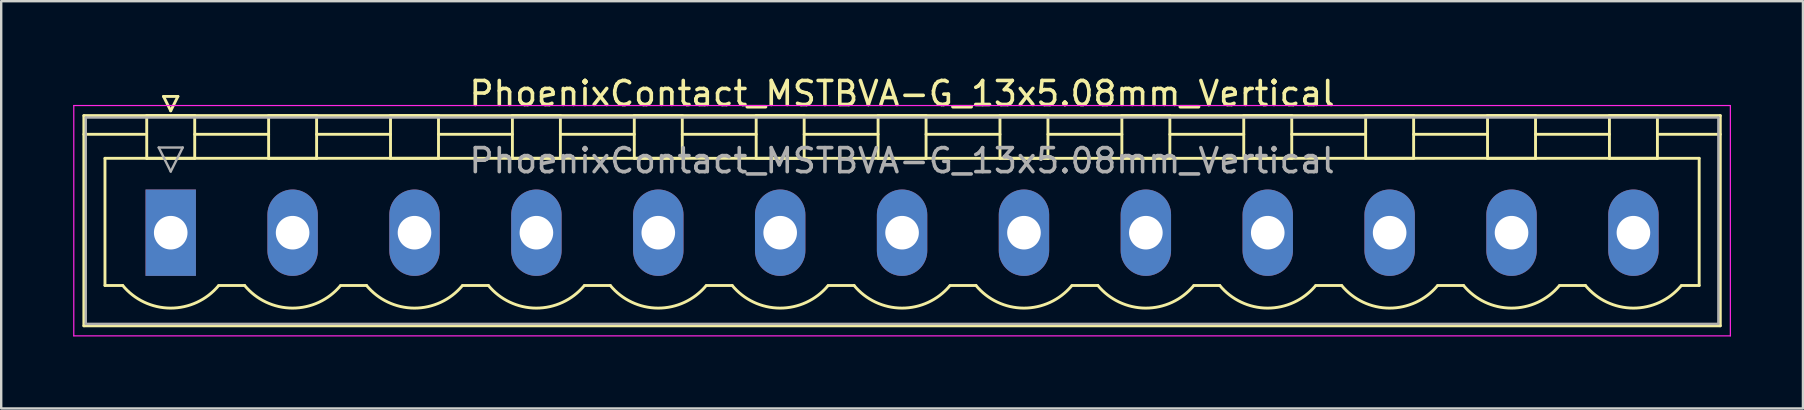
<source format=kicad_pcb>
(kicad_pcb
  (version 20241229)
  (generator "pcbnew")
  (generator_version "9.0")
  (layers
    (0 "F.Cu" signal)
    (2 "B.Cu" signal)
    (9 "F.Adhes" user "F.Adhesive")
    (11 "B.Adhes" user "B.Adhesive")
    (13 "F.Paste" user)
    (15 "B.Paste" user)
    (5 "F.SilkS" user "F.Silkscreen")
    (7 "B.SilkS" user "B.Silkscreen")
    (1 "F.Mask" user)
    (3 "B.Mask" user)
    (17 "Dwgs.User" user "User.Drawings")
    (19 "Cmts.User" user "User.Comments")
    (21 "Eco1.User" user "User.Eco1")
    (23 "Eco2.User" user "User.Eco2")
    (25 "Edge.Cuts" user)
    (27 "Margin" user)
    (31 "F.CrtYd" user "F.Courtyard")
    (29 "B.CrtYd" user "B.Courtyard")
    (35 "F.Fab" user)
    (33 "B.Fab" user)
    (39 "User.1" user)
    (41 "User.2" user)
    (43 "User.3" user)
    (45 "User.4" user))
  (footprint "PhoenixContact_MSTBVA-G_13x5.08mm_Vertical"
    (layer "F.Cu")
    (at 4.065 6.648)
    (property "Reference" "PhoenixContact_MSTBVA-G_13x5.08mm_Vertical" (at 30.48 -5.8 0) (layer "F.SilkS") (effects (font (size 1 1) (thickness 0.15))))
    (attr through_hole)
    (fp_line (start -3.62 -4.88) (end -3.62 3.88) (stroke (width 0.12) (type solid)) (layer "F.SilkS"))
    (fp_line (start -3.62 -4.1) (end -1.08 -4.1) (stroke (width 0.12) (type solid)) (layer "F.SilkS"))
    (fp_line (start -3.62 3.88) (end 64.58 3.88) (stroke (width 0.12) (type solid)) (layer "F.SilkS"))
    (fp_line (start -2.74 -3.1) (end 63.7 -3.1) (stroke (width 0.12) (type solid)) (layer "F.SilkS"))
    (fp_line (start -2.74 2.2) (end -2.74 -3.1) (stroke (width 0.12) (type solid)) (layer "F.SilkS"))
    (fp_line (start -2 2.2) (end -2.74 2.2) (stroke (width 0.12) (type solid)) (layer "F.SilkS"))
    (fp_line (start -1 -4.88) (end 1 -4.88) (stroke (width 0.12) (type solid)) (layer "F.SilkS"))
    (fp_line (start -1 -3.1) (end -1 -4.88) (stroke (width 0.12) (type solid)) (layer "F.SilkS"))
    (fp_line (start -0.3 -5.68) (end 0.3 -5.68) (stroke (width 0.12) (type solid)) (layer "F.SilkS"))
    (fp_line (start 0 -5.08) (end -0.3 -5.68) (stroke (width 0.12) (type solid)) (layer "F.SilkS"))
    (fp_line (start 0.3 -5.68) (end 0 -5.08) (stroke (width 0.12) (type solid)) (layer "F.SilkS"))
    (fp_line (start 1 -4.88) (end 1 -3.1) (stroke (width 0.12) (type solid)) (layer "F.SilkS"))
    (fp_line (start 1 -4.1) (end 4.08 -4.1) (stroke (width 0.12) (type solid)) (layer "F.SilkS"))
    (fp_line (start 1 -3.1) (end -1 -3.1) (stroke (width 0.12) (type solid)) (layer "F.SilkS"))
    (fp_line (start 2 2.2) (end 3.08 2.2) (stroke (width 0.12) (type solid)) (layer "F.SilkS"))
    (fp_line (start 4.08 -4.88) (end 6.08 -4.88) (stroke (width 0.12) (type solid)) (layer "F.SilkS"))
    (fp_line (start 4.08 -3.1) (end 4.08 -4.88) (stroke (width 0.12) (type solid)) (layer "F.SilkS"))
    (fp_line (start 6.08 -4.88) (end 6.08 -3.1) (stroke (width 0.12) (type solid)) (layer "F.SilkS"))
    (fp_line (start 6.08 -4.1) (end 9.16 -4.1) (stroke (width 0.12) (type solid)) (layer "F.SilkS"))
    (fp_line (start 6.08 -3.1) (end 4.08 -3.1) (stroke (width 0.12) (type solid)) (layer "F.SilkS"))
    (fp_line (start 7.08 2.2) (end 8.16 2.2) (stroke (width 0.12) (type solid)) (layer "F.SilkS"))
    (fp_line (start 9.16 -4.88) (end 11.16 -4.88) (stroke (width 0.12) (type solid)) (layer "F.SilkS"))
    (fp_line (start 9.16 -3.1) (end 9.16 -4.88) (stroke (width 0.12) (type solid)) (layer "F.SilkS"))
    (fp_line (start 11.16 -4.88) (end 11.16 -3.1) (stroke (width 0.12) (type solid)) (layer "F.SilkS"))
    (fp_line (start 11.16 -4.1) (end 14.24 -4.1) (stroke (width 0.12) (type solid)) (layer "F.SilkS"))
    (fp_line (start 11.16 -3.1) (end 9.16 -3.1) (stroke (width 0.12) (type solid)) (layer "F.SilkS"))
    (fp_line (start 12.16 2.2) (end 13.24 2.2) (stroke (width 0.12) (type solid)) (layer "F.SilkS"))
    (fp_line (start 14.24 -4.88) (end 16.24 -4.88) (stroke (width 0.12) (type solid)) (layer "F.SilkS"))
    (fp_line (start 14.24 -3.1) (end 14.24 -4.88) (stroke (width 0.12) (type solid)) (layer "F.SilkS"))
    (fp_line (start 16.24 -4.88) (end 16.24 -3.1) (stroke (width 0.12) (type solid)) (layer "F.SilkS"))
    (fp_line (start 16.24 -4.1) (end 19.32 -4.1) (stroke (width 0.12) (type solid)) (layer "F.SilkS"))
    (fp_line (start 16.24 -3.1) (end 14.24 -3.1) (stroke (width 0.12) (type solid)) (layer "F.SilkS"))
    (fp_line (start 17.24 2.2) (end 18.32 2.2) (stroke (width 0.12) (type solid)) (layer "F.SilkS"))
    (fp_line (start 19.32 -4.88) (end 21.32 -4.88) (stroke (width 0.12) (type solid)) (layer "F.SilkS"))
    (fp_line (start 19.32 -3.1) (end 19.32 -4.88) (stroke (width 0.12) (type solid)) (layer "F.SilkS"))
    (fp_line (start 21.32 -4.88) (end 21.32 -3.1) (stroke (width 0.12) (type solid)) (layer "F.SilkS"))
    (fp_line (start 21.32 -4.1) (end 24.4 -4.1) (stroke (width 0.12) (type solid)) (layer "F.SilkS"))
    (fp_line (start 21.32 -3.1) (end 19.32 -3.1) (stroke (width 0.12) (type solid)) (layer "F.SilkS"))
    (fp_line (start 22.32 2.2) (end 23.4 2.2) (stroke (width 0.12) (type solid)) (layer "F.SilkS"))
    (fp_line (start 24.4 -4.88) (end 26.4 -4.88) (stroke (width 0.12) (type solid)) (layer "F.SilkS"))
    (fp_line (start 24.4 -3.1) (end 24.4 -4.88) (stroke (width 0.12) (type solid)) (layer "F.SilkS"))
    (fp_line (start 26.4 -4.88) (end 26.4 -3.1) (stroke (width 0.12) (type solid)) (layer "F.SilkS"))
    (fp_line (start 26.4 -4.1) (end 29.48 -4.1) (stroke (width 0.12) (type solid)) (layer "F.SilkS"))
    (fp_line (start 26.4 -3.1) (end 24.4 -3.1) (stroke (width 0.12) (type solid)) (layer "F.SilkS"))
    (fp_line (start 27.4 2.2) (end 28.48 2.2) (stroke (width 0.12) (type solid)) (layer "F.SilkS"))
    (fp_line (start 29.48 -4.88) (end 31.48 -4.88) (stroke (width 0.12) (type solid)) (layer "F.SilkS"))
    (fp_line (start 29.48 -3.1) (end 29.48 -4.88) (stroke (width 0.12) (type solid)) (layer "F.SilkS"))
    (fp_line (start 31.48 -4.88) (end 31.48 -3.1) (stroke (width 0.12) (type solid)) (layer "F.SilkS"))
    (fp_line (start 31.48 -4.1) (end 34.56 -4.1) (stroke (width 0.12) (type solid)) (layer "F.SilkS"))
    (fp_line (start 31.48 -3.1) (end 29.48 -3.1) (stroke (width 0.12) (type solid)) (layer "F.SilkS"))
    (fp_line (start 32.48 2.2) (end 33.56 2.2) (stroke (width 0.12) (type solid)) (layer "F.SilkS"))
    (fp_line (start 34.56 -4.88) (end 36.56 -4.88) (stroke (width 0.12) (type solid)) (layer "F.SilkS"))
    (fp_line (start 34.56 -3.1) (end 34.56 -4.88) (stroke (width 0.12) (type solid)) (layer "F.SilkS"))
    (fp_line (start 36.56 -4.88) (end 36.56 -3.1) (stroke (width 0.12) (type solid)) (layer "F.SilkS"))
    (fp_line (start 36.56 -4.1) (end 39.64 -4.1) (stroke (width 0.12) (type solid)) (layer "F.SilkS"))
    (fp_line (start 36.56 -3.1) (end 34.56 -3.1) (stroke (width 0.12) (type solid)) (layer "F.SilkS"))
    (fp_line (start 37.56 2.2) (end 38.64 2.2) (stroke (width 0.12) (type solid)) (layer "F.SilkS"))
    (fp_line (start 39.64 -4.88) (end 41.64 -4.88) (stroke (width 0.12) (type solid)) (layer "F.SilkS"))
    (fp_line (start 39.64 -3.1) (end 39.64 -4.88) (stroke (width 0.12) (type solid)) (layer "F.SilkS"))
    (fp_line (start 41.64 -4.88) (end 41.64 -3.1) (stroke (width 0.12) (type solid)) (layer "F.SilkS"))
    (fp_line (start 41.64 -4.1) (end 44.72 -4.1) (stroke (width 0.12) (type solid)) (layer "F.SilkS"))
    (fp_line (start 41.64 -3.1) (end 39.64 -3.1) (stroke (width 0.12) (type solid)) (layer "F.SilkS"))
    (fp_line (start 42.64 2.2) (end 43.72 2.2) (stroke (width 0.12) (type solid)) (layer "F.SilkS"))
    (fp_line (start 44.72 -4.88) (end 46.72 -4.88) (stroke (width 0.12) (type solid)) (layer "F.SilkS"))
    (fp_line (start 44.72 -3.1) (end 44.72 -4.88) (stroke (width 0.12) (type solid)) (layer "F.SilkS"))
    (fp_line (start 46.72 -4.88) (end 46.72 -3.1) (stroke (width 0.12) (type solid)) (layer "F.SilkS"))
    (fp_line (start 46.72 -4.1) (end 49.8 -4.1) (stroke (width 0.12) (type solid)) (layer "F.SilkS"))
    (fp_line (start 46.72 -3.1) (end 44.72 -3.1) (stroke (width 0.12) (type solid)) (layer "F.SilkS"))
    (fp_line (start 47.72 2.2) (end 48.8 2.2) (stroke (width 0.12) (type solid)) (layer "F.SilkS"))
    (fp_line (start 49.8 -4.88) (end 51.8 -4.88) (stroke (width 0.12) (type solid)) (layer "F.SilkS"))
    (fp_line (start 49.8 -3.1) (end 49.8 -4.88) (stroke (width 0.12) (type solid)) (layer "F.SilkS"))
    (fp_line (start 51.8 -4.88) (end 51.8 -3.1) (stroke (width 0.12) (type solid)) (layer "F.SilkS"))
    (fp_line (start 51.8 -4.1) (end 54.88 -4.1) (stroke (width 0.12) (type solid)) (layer "F.SilkS"))
    (fp_line (start 51.8 -3.1) (end 49.8 -3.1) (stroke (width 0.12) (type solid)) (layer "F.SilkS"))
    (fp_line (start 52.8 2.2) (end 53.88 2.2) (stroke (width 0.12) (type solid)) (layer "F.SilkS"))
    (fp_line (start 54.88 -4.88) (end 56.88 -4.88) (stroke (width 0.12) (type solid)) (layer "F.SilkS"))
    (fp_line (start 54.88 -3.1) (end 54.88 -4.88) (stroke (width 0.12) (type solid)) (layer "F.SilkS"))
    (fp_line (start 56.88 -4.88) (end 56.88 -3.1) (stroke (width 0.12) (type solid)) (layer "F.SilkS"))
    (fp_line (start 56.88 -4.1) (end 59.96 -4.1) (stroke (width 0.12) (type solid)) (layer "F.SilkS"))
    (fp_line (start 56.88 -3.1) (end 54.88 -3.1) (stroke (width 0.12) (type solid)) (layer "F.SilkS"))
    (fp_line (start 57.88 2.2) (end 58.96 2.2) (stroke (width 0.12) (type solid)) (layer "F.SilkS"))
    (fp_line (start 59.96 -4.88) (end 61.96 -4.88) (stroke (width 0.12) (type solid)) (layer "F.SilkS"))
    (fp_line (start 59.96 -3.1) (end 59.96 -4.88) (stroke (width 0.12) (type solid)) (layer "F.SilkS"))
    (fp_line (start 61.96 -4.88) (end 61.96 -3.1) (stroke (width 0.12) (type solid)) (layer "F.SilkS"))
    (fp_line (start 61.96 -3.1) (end 59.96 -3.1) (stroke (width 0.12) (type solid)) (layer "F.SilkS"))
    (fp_line (start 63.7 -3.1) (end 63.7 2.2) (stroke (width 0.12) (type solid)) (layer "F.SilkS"))
    (fp_line (start 63.7 2.2) (end 62.96 2.2) (stroke (width 0.12) (type solid)) (layer "F.SilkS"))
    (fp_line (start 64.58 -4.88) (end -3.62 -4.88) (stroke (width 0.12) (type solid)) (layer "F.SilkS"))
    (fp_line (start 64.58 -4.1) (end 62.04 -4.1) (stroke (width 0.12) (type solid)) (layer "F.SilkS"))
    (fp_line (start 64.58 3.88) (end 64.58 -4.88) (stroke (width 0.12) (type solid)) (layer "F.SilkS"))
    (fp_arc (start 1.986842 2.215821) (mid -0.010289 3.142758) (end -2 2.2) (stroke (width 0.12) (type solid)) (layer "F.SilkS"))
    (fp_arc (start 7.066842 2.215821) (mid 5.069711 3.142758) (end 3.08 2.2) (stroke (width 0.12) (type solid)) (layer "F.SilkS"))
    (fp_arc (start 12.146842 2.215821) (mid 10.149711 3.142758) (end 8.16 2.2) (stroke (width 0.12) (type solid)) (layer "F.SilkS"))
    (fp_arc (start 17.226842 2.215821) (mid 15.229711 3.142758) (end 13.24 2.2) (stroke (width 0.12) (type solid)) (layer "F.SilkS"))
    (fp_arc (start 22.306842 2.215821) (mid 20.309711 3.142758) (end 18.32 2.2) (stroke (width 0.12) (type solid)) (layer "F.SilkS"))
    (fp_arc (start 27.386842 2.215821) (mid 25.389711 3.142758) (end 23.4 2.2) (stroke (width 0.12) (type solid)) (layer "F.SilkS"))
    (fp_arc (start 32.466842 2.215821) (mid 30.469711 3.142758) (end 28.48 2.2) (stroke (width 0.12) (type solid)) (layer "F.SilkS"))
    (fp_arc (start 37.546842 2.215821) (mid 35.549711 3.142758) (end 33.56 2.2) (stroke (width 0.12) (type solid)) (layer "F.SilkS"))
    (fp_arc (start 42.626842 2.215821) (mid 40.629711 3.142758) (end 38.64 2.2) (stroke (width 0.12) (type solid)) (layer "F.SilkS"))
    (fp_arc (start 47.706842 2.215821) (mid 45.709711 3.142758) (end 43.72 2.2) (stroke (width 0.12) (type solid)) (layer "F.SilkS"))
    (fp_arc (start 52.786842 2.215821) (mid 50.789711 3.142758) (end 48.8 2.2) (stroke (width 0.12) (type solid)) (layer "F.SilkS"))
    (fp_arc (start 57.866842 2.215821) (mid 55.869711 3.142758) (end 53.88 2.2) (stroke (width 0.12) (type solid)) (layer "F.SilkS"))
    (fp_arc (start 62.946842 2.215821) (mid 60.949711 3.142758) (end 58.96 2.2) (stroke (width 0.12) (type solid)) (layer "F.SilkS"))
    (fp_line (start -4.04 -5.3) (end -4.04 4.3) (stroke (width 0.05) (type solid)) (layer "F.CrtYd"))
    (fp_line (start -4.04 4.3) (end 65 4.3) (stroke (width 0.05) (type solid)) (layer "F.CrtYd"))
    (fp_line (start 65 -5.3) (end -4.04 -5.3) (stroke (width 0.05) (type solid)) (layer "F.CrtYd"))
    (fp_line (start 65 4.3) (end 65 -5.3) (stroke (width 0.05) (type solid)) (layer "F.CrtYd"))
    (fp_line (start -3.54 -4.8) (end -3.54 3.8) (stroke (width 0.1) (type solid)) (layer "F.Fab"))
    (fp_line (start -3.54 3.8) (end 64.5 3.8) (stroke (width 0.1) (type solid)) (layer "F.Fab"))
    (fp_line (start -0.5 -3.55) (end 0.5 -3.55) (stroke (width 0.1) (type solid)) (layer "F.Fab"))
    (fp_line (start 0 -2.55) (end -0.5 -3.55) (stroke (width 0.1) (type solid)) (layer "F.Fab"))
    (fp_line (start 0.5 -3.55) (end 0 -2.55) (stroke (width 0.1) (type solid)) (layer "F.Fab"))
    (fp_line (start 64.5 -4.8) (end -3.54 -4.8) (stroke (width 0.1) (type solid)) (layer "F.Fab"))
    (fp_line (start 64.5 3.8) (end 64.5 -4.8) (stroke (width 0.1) (type solid)) (layer "F.Fab"))
    (fp_text user "${REFERENCE}" (at 30.48 -3 0) (layer "F.Fab") (effects (font (size 1 1) (thickness 0.15))))
    (pad "1" thru_hole rect (at 0 0) (size 2.1 3.6) (drill 1.4) (layers "*.Cu" "*.Mask"))
    (pad "2" thru_hole oval (at 5.08 0) (size 2.1 3.6) (drill 1.4) (layers "*.Cu" "*.Mask"))
    (pad "3" thru_hole oval (at 10.16 0) (size 2.1 3.6) (drill 1.4) (layers "*.Cu" "*.Mask"))
    (pad "4" thru_hole oval (at 15.24 0) (size 2.1 3.6) (drill 1.4) (layers "*.Cu" "*.Mask"))
    (pad "5" thru_hole oval (at 20.32 0) (size 2.1 3.6) (drill 1.4) (layers "*.Cu" "*.Mask"))
    (pad "6" thru_hole oval (at 25.4 0) (size 2.1 3.6) (drill 1.4) (layers "*.Cu" "*.Mask"))
    (pad "7" thru_hole oval (at 30.48 0) (size 2.1 3.6) (drill 1.4) (layers "*.Cu" "*.Mask"))
    (pad "8" thru_hole oval (at 35.56 0) (size 2.1 3.6) (drill 1.4) (layers "*.Cu" "*.Mask"))
    (pad "9" thru_hole oval (at 40.64 0) (size 2.1 3.6) (drill 1.4) (layers "*.Cu" "*.Mask"))
    (pad "10" thru_hole oval (at 45.72 0) (size 2.1 3.6) (drill 1.4) (layers "*.Cu" "*.Mask"))
    (pad "11" thru_hole oval (at 50.8 0) (size 2.1 3.6) (drill 1.4) (layers "*.Cu" "*.Mask"))
    (pad "12" thru_hole oval (at 55.88 0) (size 2.1 3.6) (drill 1.4) (layers "*.Cu" "*.Mask"))
    (pad "13" thru_hole oval (at 60.96 0) (size 2.1 3.6) (drill 1.4) (layers "*.Cu" "*.Mask")))
  (gr_rect
    (start -3 -3)
    (end 72.09 13.973)
    (stroke (width 0.1) (type default))
    (fill no)
    (layer "Edge.Cuts")))
</source>
